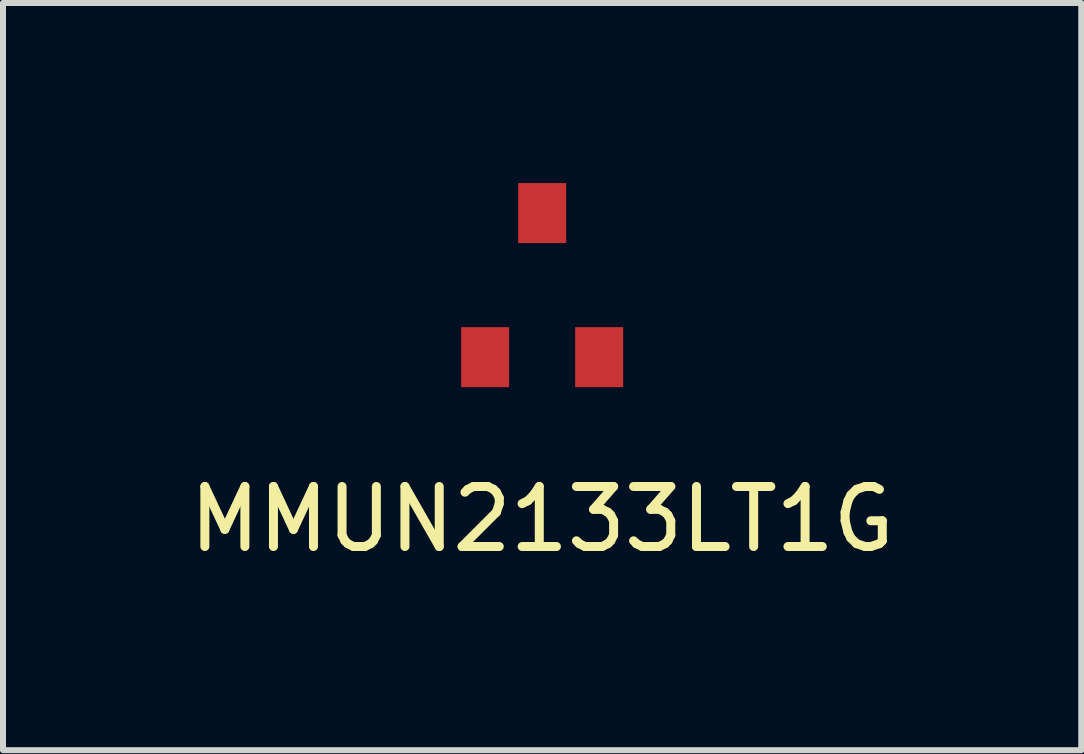
<source format=kicad_pcb>
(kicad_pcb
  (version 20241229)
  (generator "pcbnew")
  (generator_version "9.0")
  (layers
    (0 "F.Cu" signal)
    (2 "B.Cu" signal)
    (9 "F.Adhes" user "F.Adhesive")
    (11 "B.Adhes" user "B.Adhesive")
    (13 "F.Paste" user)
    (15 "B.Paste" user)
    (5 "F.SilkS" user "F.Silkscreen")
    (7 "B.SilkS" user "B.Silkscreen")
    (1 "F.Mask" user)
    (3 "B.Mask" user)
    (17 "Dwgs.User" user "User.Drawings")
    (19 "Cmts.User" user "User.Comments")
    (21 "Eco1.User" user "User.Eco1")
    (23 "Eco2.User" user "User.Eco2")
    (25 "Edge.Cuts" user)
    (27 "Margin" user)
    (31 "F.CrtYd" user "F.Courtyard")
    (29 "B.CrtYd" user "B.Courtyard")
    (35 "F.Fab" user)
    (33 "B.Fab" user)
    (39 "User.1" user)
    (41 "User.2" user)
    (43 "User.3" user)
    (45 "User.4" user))
  (footprint "MMUN2133LT1G"
    (layer "F.Cu")
    (at 5.982 1.7)
    (property "Reference" "MMUN2133LT1G" (at 0 3.9 0) (layer "F.SilkS") (effects (font (size 1 1) (thickness 0.15))))
    (attr through_hole)
    (pad "1" smd rect (at -0.95 1.2) (size 0.8 1) (layers "F.Cu" "F.Mask" "F.Paste"))
    (pad "2" smd rect (at 0.95 1.2) (size 0.8 1) (layers "F.Cu" "F.Mask" "F.Paste"))
    (pad "3" smd rect (at 0 -1.2) (size 0.8 1) (layers "F.Cu" "F.Mask" "F.Paste")))
  (gr_rect
    (start -3 -3)
    (end 14.964 9.448)
    (stroke (width 0.1) (type default))
    (fill no)
    (layer "Edge.Cuts")))
</source>
